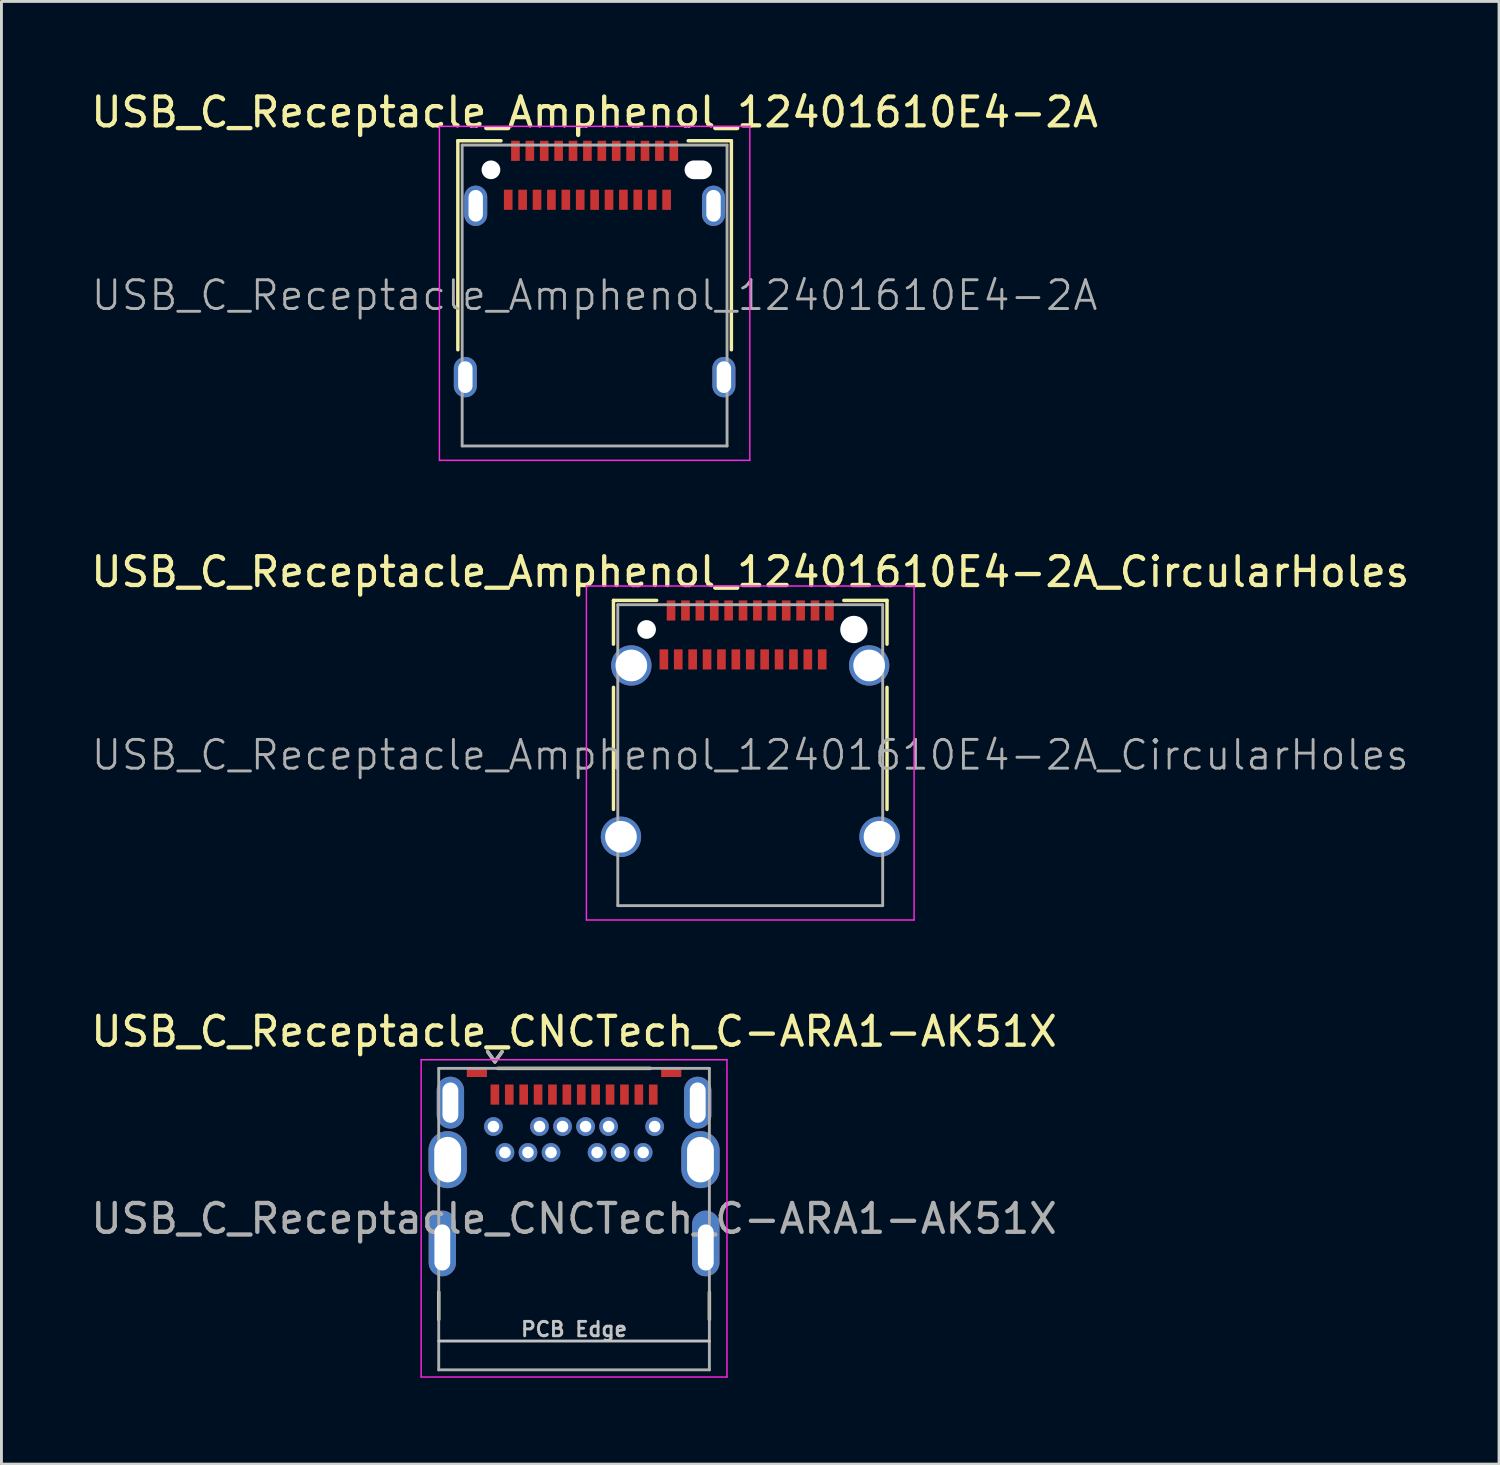
<source format=kicad_pcb>
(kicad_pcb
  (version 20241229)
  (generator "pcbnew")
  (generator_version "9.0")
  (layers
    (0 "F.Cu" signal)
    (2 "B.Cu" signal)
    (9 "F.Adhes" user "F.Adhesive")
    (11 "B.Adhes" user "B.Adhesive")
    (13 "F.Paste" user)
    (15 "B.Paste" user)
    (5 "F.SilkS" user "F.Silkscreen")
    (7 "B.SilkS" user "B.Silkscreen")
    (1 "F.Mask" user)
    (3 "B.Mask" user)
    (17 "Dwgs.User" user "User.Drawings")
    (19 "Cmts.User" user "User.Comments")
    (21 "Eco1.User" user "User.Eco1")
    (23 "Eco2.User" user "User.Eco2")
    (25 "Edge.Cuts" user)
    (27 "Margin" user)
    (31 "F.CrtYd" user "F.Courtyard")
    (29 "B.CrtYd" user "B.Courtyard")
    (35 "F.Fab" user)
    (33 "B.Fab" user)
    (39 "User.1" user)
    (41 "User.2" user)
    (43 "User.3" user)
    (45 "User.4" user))
  (footprint "USB_C_Receptacle_CNCTech_C-ARA1-AK51X"
    (layer "F.Cu")
    (at 16.887 38.275)
    (property "Reference" "USB_C_Receptacle_CNCTech_C-ARA1-AK51X" (at 0 -5.5 0) (layer "F.SilkS") (effects (font (size 1 1) (thickness 0.15))))
    (attr smd)
    (fp_line (start -4.7 3.55) (end -4.7 4.5) (stroke (width 0.12) (type solid)) (layer "F.SilkS"))
    (fp_line (start -3 -4.8) (end -2.75 -4.45) (stroke (width 0.12) (type solid)) (layer "F.SilkS"))
    (fp_line (start -2.75 -4.45) (end -2.5 -4.8) (stroke (width 0.12) (type solid)) (layer "F.SilkS"))
    (fp_line (start -2.65 -4.22) (end 2.65 -4.22) (stroke (width 0.12) (type solid)) (layer "F.SilkS"))
    (fp_line (start 4.7 4.5) (end 4.7 3.55) (stroke (width 0.12) (type solid)) (layer "F.SilkS"))
    (fp_line (start -4.7 5.25) (end 4.7 5.25) (stroke (width 0.1) (type solid)) (layer "Dwgs.User"))
    (fp_line (start -5.31 -4.52) (end 5.31 -4.52) (stroke (width 0.05) (type solid)) (layer "F.CrtYd"))
    (fp_line (start -5.31 6.5) (end -5.31 -4.52) (stroke (width 0.05) (type solid)) (layer "F.CrtYd"))
    (fp_line (start 5.31 -4.52) (end 5.31 6.5) (stroke (width 0.05) (type solid)) (layer "F.CrtYd"))
    (fp_line (start 5.31 6.5) (end -5.31 6.5) (stroke (width 0.05) (type solid)) (layer "F.CrtYd"))
    (fp_line (start -4.7 -4.22) (end 4.7 -4.22) (stroke (width 0.1) (type solid)) (layer "F.Fab"))
    (fp_line (start -4.7 6.25) (end -4.7 -4.22) (stroke (width 0.1) (type solid)) (layer "F.Fab"))
    (fp_line (start -3 -4.8) (end -2.75 -4.45) (stroke (width 0.12) (type solid)) (layer "F.Fab"))
    (fp_line (start -2.75 -4.45) (end -2.5 -4.8) (stroke (width 0.12) (type solid)) (layer "F.Fab"))
    (fp_line (start 4.7 -4.22) (end 4.7 6.25) (stroke (width 0.1) (type solid)) (layer "F.Fab"))
    (fp_line (start 4.7 6.25) (end -4.7 6.25) (stroke (width 0.1) (type solid)) (layer "F.Fab"))
    (fp_text user "PCB Edge" (at 0 4.84 0) (unlocked yes) (layer "Dwgs.User") (effects (font (size 0.5 0.5) (thickness 0.1))))
    (fp_text user "${REFERENCE}" (at 0 1 0) (layer "F.Fab") (effects (font (size 1 1) (thickness 0.15))))
    (pad "A1" smd rect (at -2.75 -3.31) (size 0.3 0.7) (layers "F.Cu" "F.Mask" "F.Paste"))
    (pad "A2" smd rect (at -2.25 -3.31) (size 0.3 0.7) (layers "F.Cu" "F.Mask" "F.Paste"))
    (pad "A3" smd rect (at -1.75 -3.31) (size 0.3 0.7) (layers "F.Cu" "F.Mask" "F.Paste"))
    (pad "A4" smd rect (at -1.25 -3.31) (size 0.3 0.7) (layers "F.Cu" "F.Mask" "F.Paste"))
    (pad "A5" smd rect (at -0.75 -3.31) (size 0.3 0.7) (layers "F.Cu" "F.Mask" "F.Paste"))
    (pad "A6" smd rect (at -0.25 -3.31) (size 0.3 0.7) (layers "F.Cu" "F.Mask" "F.Paste"))
    (pad "A7" smd rect (at 0.25 -3.31) (size 0.3 0.7) (layers "F.Cu" "F.Mask" "F.Paste"))
    (pad "A8" smd rect (at 0.75 -3.31) (size 0.3 0.7) (layers "F.Cu" "F.Mask" "F.Paste"))
    (pad "A9" smd rect (at 1.25 -3.31) (size 0.3 0.7) (layers "F.Cu" "F.Mask" "F.Paste"))
    (pad "A10" smd rect (at 1.75 -3.31) (size 0.3 0.7) (layers "F.Cu" "F.Mask" "F.Paste"))
    (pad "A11" smd rect (at 2.25 -3.31) (size 0.3 0.7) (layers "F.Cu" "F.Mask" "F.Paste"))
    (pad "A12" smd rect (at 2.75 -3.31) (size 0.3 0.7) (layers "F.Cu" "F.Mask" "F.Paste"))
    (pad "B1" thru_hole circle (at 2.8 -2.2) (size 0.65 0.65) (drill 0.4) (layers "*.Cu" "*.Mask" "F.Paste"))
    (pad "B2" thru_hole circle (at 2.4 -1.3) (size 0.65 0.65) (drill 0.4) (layers "*.Cu" "*.Mask" "F.Paste"))
    (pad "B3" thru_hole circle (at 1.6 -1.3) (size 0.65 0.65) (drill 0.4) (layers "*.Cu" "*.Mask" "F.Paste"))
    (pad "B4" thru_hole circle (at 1.2 -2.2) (size 0.65 0.65) (drill 0.4) (layers "*.Cu" "*.Mask" "F.Paste"))
    (pad "B5" thru_hole circle (at 0.8 -1.3) (size 0.65 0.65) (drill 0.4) (layers "*.Cu" "*.Mask" "F.Paste"))
    (pad "B6" thru_hole circle (at 0.4 -2.2) (size 0.65 0.65) (drill 0.4) (layers "*.Cu" "*.Mask" "F.Paste"))
    (pad "B7" thru_hole circle (at -0.4 -2.2) (size 0.65 0.65) (drill 0.4) (layers "*.Cu" "*.Mask" "F.Paste"))
    (pad "B8" thru_hole circle (at -0.8 -1.3) (size 0.65 0.65) (drill 0.4) (layers "*.Cu" "*.Mask" "F.Paste"))
    (pad "B9" thru_hole circle (at -1.2 -2.2) (size 0.65 0.65) (drill 0.4) (layers "*.Cu" "*.Mask" "F.Paste"))
    (pad "B10" thru_hole circle (at -1.6 -1.3) (size 0.65 0.65) (drill 0.4) (layers "*.Cu" "*.Mask" "F.Paste"))
    (pad "B11" thru_hole circle (at -2.4 -1.3) (size 0.65 0.65) (drill 0.4) (layers "*.Cu" "*.Mask" "F.Paste"))
    (pad "B12" thru_hole circle (at -2.8 -2.2) (size 0.65 0.65) (drill 0.4) (layers "*.Cu" "*.Mask" "F.Paste"))
    (pad "S1" thru_hole oval (at -4.575 2) (size 0.95 2.28) (drill oval 0.55 1.6 (offset 0 -0.14)) (layers "*.Cu" "*.Mask" "F.Paste"))
    (pad "S1" thru_hole oval (at -4.39 -1.05) (size 1.33 1.98) (drill oval 0.93 1.58) (layers "*.Cu" "*.Mask" "F.Paste"))
    (pad "S1" thru_hole oval (at -4.295 -3.03) (size 0.95 1.8) (drill oval 0.55 1.4) (layers "*.Cu" "*.Mask" "F.Paste"))
    (pad "S1" smd rect (at -3.375 -4.095) (size 0.7 0.35) (layers "F.Cu" "F.Mask" "F.Paste"))
    (pad "S1" smd rect (at 3.375 -4.095) (size 0.7 0.35) (layers "F.Cu" "F.Mask" "F.Paste"))
    (pad "S1" thru_hole oval (at 4.295 -3.03) (size 0.95 1.8) (drill oval 0.55 1.4) (layers "*.Cu" "*.Mask" "F.Paste"))
    (pad "S1" thru_hole oval (at 4.39 -1.05) (size 1.33 1.98) (drill oval 0.93 1.58) (layers "*.Cu" "*.Mask" "F.Paste"))
    (pad "S1" thru_hole oval (at 4.575 2) (size 0.95 2.28) (drill oval 0.55 1.6 (offset 0 -0.14)) (layers "*.Cu" "*.Mask" "F.Paste")))
  (footprint "USB_C_Receptacle_Amphenol_12401610E4-2A"
    (layer "F.Cu")
    (at 17.601 7.208)
    (property "Reference" "USB_C_Receptacle_Amphenol_12401610E4-2A" (at 0 -6.36 0) (layer "F.SilkS") (effects (font (size 1 1) (thickness 0.15))))
    (attr smd)
    (fp_line (start -4.75 -5.37) (end -4.75 1.89) (stroke (width 0.12) (type solid)) (layer "F.SilkS"))
    (fp_line (start -4.75 -5.37) (end -3.25 -5.37) (stroke (width 0.12) (type solid)) (layer "F.SilkS"))
    (fp_line (start 3.25 -5.37) (end 4.75 -5.37) (stroke (width 0.12) (type solid)) (layer "F.SilkS"))
    (fp_line (start 4.75 -5.37) (end 4.75 1.89) (stroke (width 0.12) (type solid)) (layer "F.SilkS"))
    (fp_line (start -5.39 -5.87) (end 5.39 -5.87) (stroke (width 0.05) (type solid)) (layer "F.CrtYd"))
    (fp_line (start -5.39 5.73) (end -5.39 -5.87) (stroke (width 0.05) (type solid)) (layer "F.CrtYd"))
    (fp_line (start 5.39 -5.87) (end 5.39 5.73) (stroke (width 0.05) (type solid)) (layer "F.CrtYd"))
    (fp_line (start 5.39 5.73) (end -5.39 5.73) (stroke (width 0.05) (type solid)) (layer "F.CrtYd"))
    (fp_line (start -4.6 -5.22) (end 4.6 -5.22) (stroke (width 0.1) (type solid)) (layer "F.Fab"))
    (fp_line (start -4.6 5.23) (end -4.6 -5.22) (stroke (width 0.1) (type solid)) (layer "F.Fab"))
    (fp_line (start -4.6 5.23) (end 4.6 5.23) (stroke (width 0.1) (type solid)) (layer "F.Fab"))
    (fp_line (start 4.6 5.23) (end 4.6 -5.22) (stroke (width 0.1) (type solid)) (layer "F.Fab"))
    (fp_text user "${REFERENCE}" (at 0 0 0) (layer "F.Fab") (effects (font (size 1 1) (thickness 0.1))))
    (pad "" np_thru_hole circle (at -3.6 -4.36) (size 0.65 0.65) (drill 0.65) (layers "*.Cu" "*.Mask"))
    (pad "" np_thru_hole oval (at 3.6 -4.36) (size 0.95 0.65) (drill oval 0.95 0.65) (layers "*.Cu" "*.Mask"))
    (pad "A1" smd rect (at -2.75 -5.02) (size 0.3 0.7) (layers "F.Cu" "F.Mask" "F.Paste"))
    (pad "A2" smd rect (at -2.25 -5.02) (size 0.3 0.7) (layers "F.Cu" "F.Mask" "F.Paste"))
    (pad "A3" smd rect (at -1.75 -5.02) (size 0.3 0.7) (layers "F.Cu" "F.Mask" "F.Paste"))
    (pad "A4" smd rect (at -1.25 -5.02) (size 0.3 0.7) (layers "F.Cu" "F.Mask" "F.Paste"))
    (pad "A5" smd rect (at -0.75 -5.02) (size 0.3 0.7) (layers "F.Cu" "F.Mask" "F.Paste"))
    (pad "A6" smd rect (at -0.25 -5.02) (size 0.3 0.7) (layers "F.Cu" "F.Mask" "F.Paste"))
    (pad "A7" smd rect (at 0.25 -5.02) (size 0.3 0.7) (layers "F.Cu" "F.Mask" "F.Paste"))
    (pad "A8" smd rect (at 0.75 -5.02) (size 0.3 0.7) (layers "F.Cu" "F.Mask" "F.Paste"))
    (pad "A9" smd rect (at 1.25 -5.02) (size 0.3 0.7) (layers "F.Cu" "F.Mask" "F.Paste"))
    (pad "A10" smd rect (at 1.75 -5.02) (size 0.3 0.7) (layers "F.Cu" "F.Mask" "F.Paste"))
    (pad "A11" smd rect (at 2.25 -5.02) (size 0.3 0.7) (layers "F.Cu" "F.Mask" "F.Paste"))
    (pad "A12" smd rect (at 2.75 -5.02) (size 0.3 0.7) (layers "F.Cu" "F.Mask" "F.Paste"))
    (pad "B1" smd rect (at 2.5 -3.32) (size 0.3 0.7) (layers "F.Cu" "F.Mask" "F.Paste"))
    (pad "B2" smd rect (at 2 -3.32) (size 0.3 0.7) (layers "F.Cu" "F.Mask" "F.Paste"))
    (pad "B3" smd rect (at 1.5 -3.32) (size 0.3 0.7) (layers "F.Cu" "F.Mask" "F.Paste"))
    (pad "B4" smd rect (at 1 -3.32) (size 0.3 0.7) (layers "F.Cu" "F.Mask" "F.Paste"))
    (pad "B5" smd rect (at 0.5 -3.32) (size 0.3 0.7) (layers "F.Cu" "F.Mask" "F.Paste"))
    (pad "B6" smd rect (at 0 -3.32) (size 0.3 0.7) (layers "F.Cu" "F.Mask" "F.Paste"))
    (pad "B7" smd rect (at -0.5 -3.32) (size 0.3 0.7) (layers "F.Cu" "F.Mask" "F.Paste"))
    (pad "B8" smd rect (at -1 -3.32) (size 0.3 0.7) (layers "F.Cu" "F.Mask" "F.Paste"))
    (pad "B9" smd rect (at -1.5 -3.32) (size 0.3 0.7) (layers "F.Cu" "F.Mask" "F.Paste"))
    (pad "B10" smd rect (at -2 -3.32) (size 0.3 0.7) (layers "F.Cu" "F.Mask" "F.Paste"))
    (pad "B11" smd rect (at -2.5 -3.32) (size 0.3 0.7) (layers "F.Cu" "F.Mask" "F.Paste"))
    (pad "B12" smd rect (at -3 -3.32) (size 0.3 0.7) (layers "F.Cu" "F.Mask" "F.Paste"))
    (pad "S1" thru_hole oval (at -4.49 2.84) (size 0.8 1.4) (drill oval 0.5 1.1) (layers "*.Cu" "*.Mask"))
    (pad "S1" thru_hole oval (at -4.13 -3.11) (size 0.8 1.4) (drill oval 0.5 1.1) (layers "*.Cu" "*.Mask"))
    (pad "S1" thru_hole oval (at 4.13 -3.11) (size 0.8 1.4) (drill oval 0.5 1.1) (layers "*.Cu" "*.Mask"))
    (pad "S1" thru_hole oval (at 4.49 2.84) (size 0.8 1.4) (drill oval 0.5 1.1) (layers "*.Cu" "*.Mask")))
  (footprint "USB_C_Receptacle_Amphenol_12401610E4-2A_CircularHoles"
    (layer "F.Cu")
    (at 23.006 23.172)
    (property "Reference" "USB_C_Receptacle_Amphenol_12401610E4-2A_CircularHoles" (at 0 -6.36 0) (layer "F.SilkS") (effects (font (size 1 1) (thickness 0.15))))
    (attr smd)
    (fp_line (start -4.75 -5.37) (end -4.75 -3.85) (stroke (width 0.12) (type solid)) (layer "F.SilkS"))
    (fp_line (start -4.75 -5.37) (end -3.25 -5.37) (stroke (width 0.12) (type solid)) (layer "F.SilkS"))
    (fp_line (start -4.75 -2.35) (end -4.75 1.89) (stroke (width 0.12) (type solid)) (layer "F.SilkS"))
    (fp_line (start 3.25 -5.37) (end 4.75 -5.37) (stroke (width 0.12) (type solid)) (layer "F.SilkS"))
    (fp_line (start 4.75 -5.37) (end 4.75 -3.85) (stroke (width 0.12) (type solid)) (layer "F.SilkS"))
    (fp_line (start 4.75 -2.35) (end 4.75 1.89) (stroke (width 0.12) (type solid)) (layer "F.SilkS"))
    (fp_line (start -5.69 -5.87) (end 5.69 -5.87) (stroke (width 0.05) (type solid)) (layer "F.CrtYd"))
    (fp_line (start -5.69 5.73) (end -5.69 -5.87) (stroke (width 0.05) (type solid)) (layer "F.CrtYd"))
    (fp_line (start 5.69 -5.87) (end 5.69 5.73) (stroke (width 0.05) (type solid)) (layer "F.CrtYd"))
    (fp_line (start 5.69 5.73) (end -5.69 5.73) (stroke (width 0.05) (type solid)) (layer "F.CrtYd"))
    (fp_line (start -4.6 -5.22) (end 4.6 -5.22) (stroke (width 0.1) (type solid)) (layer "F.Fab"))
    (fp_line (start -4.6 5.23) (end -4.6 -5.22) (stroke (width 0.1) (type solid)) (layer "F.Fab"))
    (fp_line (start -4.6 5.23) (end 4.6 5.23) (stroke (width 0.1) (type solid)) (layer "F.Fab"))
    (fp_line (start 4.6 5.23) (end 4.6 -5.22) (stroke (width 0.1) (type solid)) (layer "F.Fab"))
    (fp_text user "${REFERENCE}" (at 0 0 0) (layer "F.Fab") (effects (font (size 1 1) (thickness 0.1))))
    (pad "" np_thru_hole circle (at -3.6 -4.36) (size 0.65 0.65) (drill 0.65) (layers "*.Cu" "*.Mask"))
    (pad "" np_thru_hole circle (at 3.6 -4.36) (size 0.95 0.95) (drill 0.95) (layers "*.Cu" "*.Mask"))
    (pad "A1" smd rect (at -2.75 -5.02) (size 0.3 0.7) (layers "F.Cu" "F.Mask" "F.Paste"))
    (pad "A2" smd rect (at -2.25 -5.02) (size 0.3 0.7) (layers "F.Cu" "F.Mask" "F.Paste"))
    (pad "A3" smd rect (at -1.75 -5.02) (size 0.3 0.7) (layers "F.Cu" "F.Mask" "F.Paste"))
    (pad "A4" smd rect (at -1.25 -5.02) (size 0.3 0.7) (layers "F.Cu" "F.Mask" "F.Paste"))
    (pad "A5" smd rect (at -0.75 -5.02) (size 0.3 0.7) (layers "F.Cu" "F.Mask" "F.Paste"))
    (pad "A6" smd rect (at -0.25 -5.02) (size 0.3 0.7) (layers "F.Cu" "F.Mask" "F.Paste"))
    (pad "A7" smd rect (at 0.25 -5.02) (size 0.3 0.7) (layers "F.Cu" "F.Mask" "F.Paste"))
    (pad "A8" smd rect (at 0.75 -5.02) (size 0.3 0.7) (layers "F.Cu" "F.Mask" "F.Paste"))
    (pad "A9" smd rect (at 1.25 -5.02) (size 0.3 0.7) (layers "F.Cu" "F.Mask" "F.Paste"))
    (pad "A10" smd rect (at 1.75 -5.02) (size 0.3 0.7) (layers "F.Cu" "F.Mask" "F.Paste"))
    (pad "A11" smd rect (at 2.25 -5.02) (size 0.3 0.7) (layers "F.Cu" "F.Mask" "F.Paste"))
    (pad "A12" smd rect (at 2.75 -5.02) (size 0.3 0.7) (layers "F.Cu" "F.Mask" "F.Paste"))
    (pad "B1" smd rect (at 2.5 -3.32) (size 0.3 0.7) (layers "F.Cu" "F.Mask" "F.Paste"))
    (pad "B2" smd rect (at 2 -3.32) (size 0.3 0.7) (layers "F.Cu" "F.Mask" "F.Paste"))
    (pad "B3" smd rect (at 1.5 -3.32) (size 0.3 0.7) (layers "F.Cu" "F.Mask" "F.Paste"))
    (pad "B4" smd rect (at 1 -3.32) (size 0.3 0.7) (layers "F.Cu" "F.Mask" "F.Paste"))
    (pad "B5" smd rect (at 0.5 -3.32) (size 0.3 0.7) (layers "F.Cu" "F.Mask" "F.Paste"))
    (pad "B6" smd rect (at 0 -3.32) (size 0.3 0.7) (layers "F.Cu" "F.Mask" "F.Paste"))
    (pad "B7" smd rect (at -0.5 -3.32) (size 0.3 0.7) (layers "F.Cu" "F.Mask" "F.Paste"))
    (pad "B8" smd rect (at -1 -3.32) (size 0.3 0.7) (layers "F.Cu" "F.Mask" "F.Paste"))
    (pad "B9" smd rect (at -1.5 -3.32) (size 0.3 0.7) (layers "F.Cu" "F.Mask" "F.Paste"))
    (pad "B10" smd rect (at -2 -3.32) (size 0.3 0.7) (layers "F.Cu" "F.Mask" "F.Paste"))
    (pad "B11" smd rect (at -2.5 -3.32) (size 0.3 0.7) (layers "F.Cu" "F.Mask" "F.Paste"))
    (pad "B12" smd rect (at -3 -3.32) (size 0.3 0.7) (layers "F.Cu" "F.Mask" "F.Paste"))
    (pad "S1" thru_hole circle (at -4.49 2.84) (size 1.4 1.4) (drill 1.1) (layers "*.Cu" "*.Mask"))
    (pad "S1" thru_hole circle (at -4.13 -3.11) (size 1.4 1.4) (drill 1.1) (layers "*.Cu" "*.Mask"))
    (pad "S1" thru_hole circle (at 4.13 -3.11) (size 1.4 1.4) (drill 1.1) (layers "*.Cu" "*.Mask"))
    (pad "S1" thru_hole circle (at 4.49 2.84) (size 1.4 1.4) (drill 1.1) (layers "*.Cu" "*.Mask")))
  (gr_rect
    (start -3 -3)
    (end 49.012 47.8)
    (stroke (width 0.1) (type default))
    (fill no)
    (layer "Edge.Cuts")))
</source>
